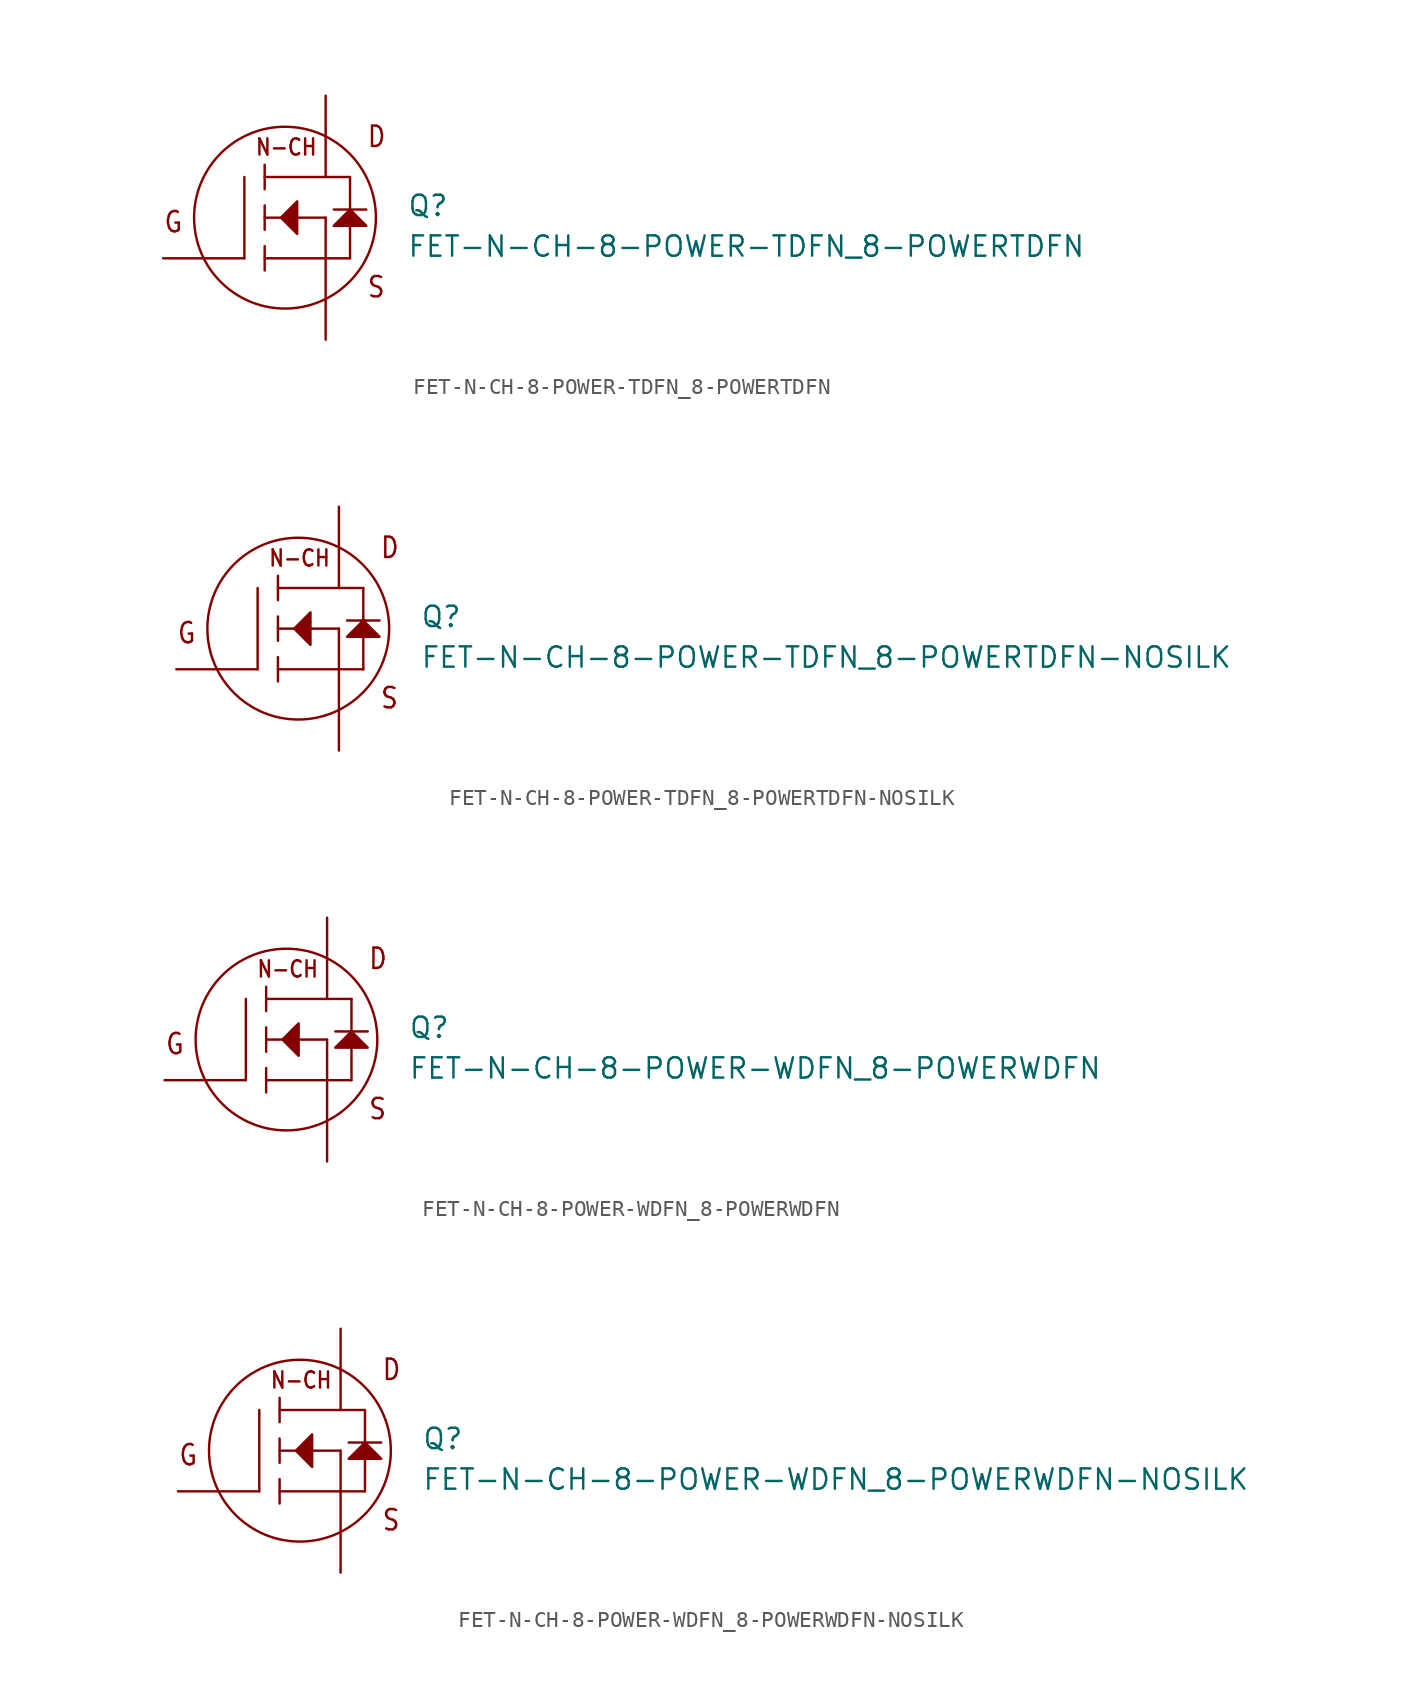
<source format=kicad_sym>
(kicad_symbol_lib
  (version 20211014)
  (generator kicad_symbol_editor)
  (symbol "FET-N-CH-8-POWER-TDFN_8-POWERTDFN"
    (pin_numbers hide)
    (pin_names hide)
    (property "Reference" "Q"
      (at 7.62 0 0)
      (effects (font (size 1.27 1.27)) (justify left bottom)))
    (property "Value" "FET-N-CH-8-POWER-TDFN_8-POWERTDFN"
      (at 7.62 -2.54 0)
      (effects (font (size 1.27 1.27)) (justify left bottom)))
    (property "Datasheet" ""
      (at 0 0 0))
    (property "ki_fp_filters" "FlashPCB_Transistors:8-POWER-TDFN"
      (at 0 0 0))
    (symbol "FET-N-CH-8-POWER-TDFN_8-POWERTDFN_1_1"
      (text "G" (at -7.62 -1.016 0) (effects (font (size 1.27 1.086)) (justify left bottom)))
      (text "D" (at 5.08 4.318 0) (effects (font (size 1.27 1.086)) (justify left bottom)))
      (text "S" (at 5.08 -5.08 0) (effects (font (size 1.27 1.086)) (justify left bottom)))
      (text "N-CH" (at -1.905 3.81 0) (effects (font (size 1.016 0.869)) (justify left bottom)))
      (polyline (pts (xy -0.254 0) (xy 0.762 1.016) (xy 0.762 -1.016) (xy -0.254 0)) (stroke (width 0.152) (type default)) (fill (type outline)))
      (polyline (pts (xy 3.048 -0.508) (xy 5.08 -0.508) (xy 4.064 0.508) (xy 3.048 -0.508)) (stroke (width 0.152) (type default)) (fill (type outline)))
      (polyline (pts (xy -2.54 -2.54) (xy -2.54 2.54)) (stroke (width 0.152)) (fill (type none)))
      (polyline (pts (xy 2.54 -2.54) (xy -1.27 -2.54)) (stroke (width 0.152)) (fill (type none)))
      (polyline (pts (xy 2.54 -2.54) (xy 2.54 0)) (stroke (width 0.152)) (fill (type none)))
      (polyline (pts (xy 2.54 0) (xy -1.27 0)) (stroke (width 0.152)) (fill (type none)))
      (polyline (pts (xy 4.064 2.54) (xy -1.27 2.54)) (stroke (width 0.152)) (fill (type none)))
      (polyline (pts (xy -1.27 3.302) (xy -1.27 1.778)) (stroke (width 0.152)) (fill (type none)))
      (polyline (pts (xy -1.27 0.762) (xy -1.27 -0.762)) (stroke (width 0.152)) (fill (type none)))
      (polyline (pts (xy -1.27 -1.778) (xy -1.27 -3.302)) (stroke (width 0.152)) (fill (type none)))
      (polyline (pts (xy 2.54 -2.54) (xy 4.064 -2.54)) (stroke (width 0.152)) (fill (type none)))
      (polyline (pts (xy 4.064 -2.54) (xy 4.064 2.54)) (stroke (width 0.152)) (fill (type none)))
      (polyline (pts (xy 3.048 0.508) (xy 5.08 0.508)) (stroke (width 0.152)) (fill (type none)))
      (circle (center 0 0) (radius 5.68) (stroke (width 0.152) (type default)) (fill (type none)))
      (pin bidirectional line (at -7.62 -2.54 0) (length 5.08) (name "GATE" (effects (font (size 0 0)))) (number "4" (effects (font (size 0 0)))))
      (pin bidirectional line (at 2.54 -7.62 90) (length 5.08) (name "SOURCE" (effects (font (size 0 0)))) (number "1" (effects (font (size 0 0)))))
      (pin bidirectional line (at 2.54 -7.62 90) (length 5.08) hide (name "SOURCE" (effects (font (size 0 0)))) (number "2" (effects (font (size 0 0)))))
      (pin bidirectional line (at 2.54 -7.62 90) (length 5.08) hide (name "SOURCE" (effects (font (size 0 0)))) (number "3" (effects (font (size 0 0)))))
      (pin bidirectional line (at 2.54 7.62 270) (length 5.08) (name "DRAIN" (effects (font (size 0 0)))) (number "5" (effects (font (size 0 0)))))
      (pin bidirectional line (at 2.54 7.62 270) (length 5.08) hide (name "DRAIN" (effects (font (size 0 0)))) (number "6" (effects (font (size 0 0)))))
      (pin bidirectional line (at 2.54 7.62 270) (length 5.08) hide (name "DRAIN" (effects (font (size 0 0)))) (number "7" (effects (font (size 0 0)))))
      (pin bidirectional line (at 2.54 7.62 270) (length 5.08) hide (name "DRAIN" (effects (font (size 0 0)))) (number "8" (effects (font (size 0 0)))))
      (pin bidirectional line (at 2.54 7.62 270) (length 5.08) hide (name "DRAIN" (effects (font (size 0 0)))) (number "TAB" (effects (font (size 0 0)))))))
  (symbol "FET-N-CH-8-POWER-TDFN_8-POWERTDFN-NOSILK"
    (pin_numbers hide)
    (pin_names hide)
    (property "Reference" "Q"
      (at 7.62 0 0)
      (effects (font (size 1.27 1.27)) (justify left bottom)))
    (property "Value" "FET-N-CH-8-POWER-TDFN_8-POWERTDFN-NOSILK"
      (at 7.62 -2.54 0)
      (effects (font (size 1.27 1.27)) (justify left bottom)))
    (property "Datasheet" ""
      (at 0 0 0))
    (property "ki_fp_filters" "FlashPCB_Transistors:8-POWER-TDFN-NOSILK"
      (at 0 0 0))
    (symbol "FET-N-CH-8-POWER-TDFN_8-POWERTDFN-NOSILK_1_1"
      (text "G" (at -7.62 -1.016 0) (effects (font (size 1.27 1.086)) (justify left bottom)))
      (text "D" (at 5.08 4.318 0) (effects (font (size 1.27 1.086)) (justify left bottom)))
      (text "S" (at 5.08 -5.08 0) (effects (font (size 1.27 1.086)) (justify left bottom)))
      (text "N-CH" (at -1.905 3.81 0) (effects (font (size 1.016 0.869)) (justify left bottom)))
      (polyline (pts (xy -0.254 0) (xy 0.762 1.016) (xy 0.762 -1.016) (xy -0.254 0)) (stroke (width 0.152) (type default)) (fill (type outline)))
      (polyline (pts (xy 3.048 -0.508) (xy 5.08 -0.508) (xy 4.064 0.508) (xy 3.048 -0.508)) (stroke (width 0.152) (type default)) (fill (type outline)))
      (polyline (pts (xy -2.54 -2.54) (xy -2.54 2.54)) (stroke (width 0.152)) (fill (type none)))
      (polyline (pts (xy 2.54 -2.54) (xy -1.27 -2.54)) (stroke (width 0.152)) (fill (type none)))
      (polyline (pts (xy 2.54 -2.54) (xy 2.54 0)) (stroke (width 0.152)) (fill (type none)))
      (polyline (pts (xy 2.54 0) (xy -1.27 0)) (stroke (width 0.152)) (fill (type none)))
      (polyline (pts (xy 4.064 2.54) (xy -1.27 2.54)) (stroke (width 0.152)) (fill (type none)))
      (polyline (pts (xy -1.27 3.302) (xy -1.27 1.778)) (stroke (width 0.152)) (fill (type none)))
      (polyline (pts (xy -1.27 0.762) (xy -1.27 -0.762)) (stroke (width 0.152)) (fill (type none)))
      (polyline (pts (xy -1.27 -1.778) (xy -1.27 -3.302)) (stroke (width 0.152)) (fill (type none)))
      (polyline (pts (xy 2.54 -2.54) (xy 4.064 -2.54)) (stroke (width 0.152)) (fill (type none)))
      (polyline (pts (xy 4.064 -2.54) (xy 4.064 2.54)) (stroke (width 0.152)) (fill (type none)))
      (polyline (pts (xy 3.048 0.508) (xy 5.08 0.508)) (stroke (width 0.152)) (fill (type none)))
      (circle (center 0 0) (radius 5.68) (stroke (width 0.152) (type default)) (fill (type none)))
      (pin bidirectional line (at -7.62 -2.54 0) (length 5.08) (name "GATE" (effects (font (size 0 0)))) (number "4" (effects (font (size 0 0)))))
      (pin bidirectional line (at 2.54 -7.62 90) (length 5.08) (name "SOURCE" (effects (font (size 0 0)))) (number "1" (effects (font (size 0 0)))))
      (pin bidirectional line (at 2.54 -7.62 90) (length 5.08) hide (name "SOURCE" (effects (font (size 0 0)))) (number "2" (effects (font (size 0 0)))))
      (pin bidirectional line (at 2.54 -7.62 90) (length 5.08) hide (name "SOURCE" (effects (font (size 0 0)))) (number "3" (effects (font (size 0 0)))))
      (pin bidirectional line (at 2.54 7.62 270) (length 5.08) (name "DRAIN" (effects (font (size 0 0)))) (number "5" (effects (font (size 0 0)))))
      (pin bidirectional line (at 2.54 7.62 270) (length 5.08) hide (name "DRAIN" (effects (font (size 0 0)))) (number "6" (effects (font (size 0 0)))))
      (pin bidirectional line (at 2.54 7.62 270) (length 5.08) hide (name "DRAIN" (effects (font (size 0 0)))) (number "7" (effects (font (size 0 0)))))
      (pin bidirectional line (at 2.54 7.62 270) (length 5.08) hide (name "DRAIN" (effects (font (size 0 0)))) (number "8" (effects (font (size 0 0)))))
      (pin bidirectional line (at 2.54 7.62 270) (length 5.08) hide (name "DRAIN" (effects (font (size 0 0)))) (number "TAB" (effects (font (size 0 0)))))))
  (symbol "FET-N-CH-8-POWER-WDFN_8-POWERWDFN"
    (pin_numbers hide)
    (pin_names hide)
    (property "Reference" "Q"
      (at 7.62 0 0)
      (effects (font (size 1.27 1.27)) (justify left bottom)))
    (property "Value" "FET-N-CH-8-POWER-WDFN_8-POWERWDFN"
      (at 7.62 -2.54 0)
      (effects (font (size 1.27 1.27)) (justify left bottom)))
    (property "Datasheet" ""
      (at 0 0 0))
    (property "ki_fp_filters" "FlashPCB_Transistors:8-POWER-WDFN"
      (at 0 0 0))
    (symbol "FET-N-CH-8-POWER-WDFN_8-POWERWDFN_1_1"
      (text "G" (at -7.62 -1.016 0) (effects (font (size 1.27 1.086)) (justify left bottom)))
      (text "D" (at 5.08 4.318 0) (effects (font (size 1.27 1.086)) (justify left bottom)))
      (text "S" (at 5.08 -5.08 0) (effects (font (size 1.27 1.086)) (justify left bottom)))
      (text "N-CH" (at -1.905 3.81 0) (effects (font (size 1.016 0.869)) (justify left bottom)))
      (polyline (pts (xy -0.254 0) (xy 0.762 1.016) (xy 0.762 -1.016) (xy -0.254 0)) (stroke (width 0.152) (type default)) (fill (type outline)))
      (polyline (pts (xy 3.048 -0.508) (xy 5.08 -0.508) (xy 4.064 0.508) (xy 3.048 -0.508)) (stroke (width 0.152) (type default)) (fill (type outline)))
      (polyline (pts (xy -2.54 -2.54) (xy -2.54 2.54)) (stroke (width 0.152)) (fill (type none)))
      (polyline (pts (xy 2.54 -2.54) (xy -1.27 -2.54)) (stroke (width 0.152)) (fill (type none)))
      (polyline (pts (xy 2.54 -2.54) (xy 2.54 0)) (stroke (width 0.152)) (fill (type none)))
      (polyline (pts (xy 2.54 0) (xy -1.27 0)) (stroke (width 0.152)) (fill (type none)))
      (polyline (pts (xy 4.064 2.54) (xy -1.27 2.54)) (stroke (width 0.152)) (fill (type none)))
      (polyline (pts (xy -1.27 3.302) (xy -1.27 1.778)) (stroke (width 0.152)) (fill (type none)))
      (polyline (pts (xy -1.27 0.762) (xy -1.27 -0.762)) (stroke (width 0.152)) (fill (type none)))
      (polyline (pts (xy -1.27 -1.778) (xy -1.27 -3.302)) (stroke (width 0.152)) (fill (type none)))
      (polyline (pts (xy 2.54 -2.54) (xy 4.064 -2.54)) (stroke (width 0.152)) (fill (type none)))
      (polyline (pts (xy 4.064 -2.54) (xy 4.064 2.54)) (stroke (width 0.152)) (fill (type none)))
      (polyline (pts (xy 3.048 0.508) (xy 5.08 0.508)) (stroke (width 0.152)) (fill (type none)))
      (circle (center 0 0) (radius 5.68) (stroke (width 0.152) (type default)) (fill (type none)))
      (pin bidirectional line (at -7.62 -2.54 0) (length 5.08) (name "GATE" (effects (font (size 0 0)))) (number "4" (effects (font (size 0 0)))))
      (pin bidirectional line (at 2.54 -7.62 90) (length 5.08) (name "SOURCE" (effects (font (size 0 0)))) (number "1" (effects (font (size 0 0)))))
      (pin bidirectional line (at 2.54 -7.62 90) (length 5.08) hide (name "SOURCE" (effects (font (size 0 0)))) (number "2" (effects (font (size 0 0)))))
      (pin bidirectional line (at 2.54 -7.62 90) (length 5.08) hide (name "SOURCE" (effects (font (size 0 0)))) (number "3" (effects (font (size 0 0)))))
      (pin bidirectional line (at 2.54 7.62 270) (length 5.08) (name "DRAIN" (effects (font (size 0 0)))) (number "5" (effects (font (size 0 0)))))
      (pin bidirectional line (at 2.54 7.62 270) (length 5.08) hide (name "DRAIN" (effects (font (size 0 0)))) (number "6" (effects (font (size 0 0)))))
      (pin bidirectional line (at 2.54 7.62 270) (length 5.08) hide (name "DRAIN" (effects (font (size 0 0)))) (number "7" (effects (font (size 0 0)))))
      (pin bidirectional line (at 2.54 7.62 270) (length 5.08) hide (name "DRAIN" (effects (font (size 0 0)))) (number "8" (effects (font (size 0 0)))))))
  (symbol "FET-N-CH-8-POWER-WDFN_8-POWERWDFN-NOSILK"
    (pin_numbers hide)
    (pin_names hide)
    (property "Reference" "Q"
      (at 7.62 0 0)
      (effects (font (size 1.27 1.27)) (justify left bottom)))
    (property "Value" "FET-N-CH-8-POWER-WDFN_8-POWERWDFN-NOSILK"
      (at 7.62 -2.54 0)
      (effects (font (size 1.27 1.27)) (justify left bottom)))
    (property "Datasheet" ""
      (at 0 0 0))
    (property "ki_fp_filters" "FlashPCB_Transistors:8-POWER-WDFN-NOSILK"
      (at 0 0 0))
    (symbol "FET-N-CH-8-POWER-WDFN_8-POWERWDFN-NOSILK_1_1"
      (text "G" (at -7.62 -1.016 0) (effects (font (size 1.27 1.086)) (justify left bottom)))
      (text "D" (at 5.08 4.318 0) (effects (font (size 1.27 1.086)) (justify left bottom)))
      (text "S" (at 5.08 -5.08 0) (effects (font (size 1.27 1.086)) (justify left bottom)))
      (text "N-CH" (at -1.905 3.81 0) (effects (font (size 1.016 0.869)) (justify left bottom)))
      (polyline (pts (xy -0.254 0) (xy 0.762 1.016) (xy 0.762 -1.016) (xy -0.254 0)) (stroke (width 0.152) (type default)) (fill (type outline)))
      (polyline (pts (xy 3.048 -0.508) (xy 5.08 -0.508) (xy 4.064 0.508) (xy 3.048 -0.508)) (stroke (width 0.152) (type default)) (fill (type outline)))
      (polyline (pts (xy -2.54 -2.54) (xy -2.54 2.54)) (stroke (width 0.152)) (fill (type none)))
      (polyline (pts (xy 2.54 -2.54) (xy -1.27 -2.54)) (stroke (width 0.152)) (fill (type none)))
      (polyline (pts (xy 2.54 -2.54) (xy 2.54 0)) (stroke (width 0.152)) (fill (type none)))
      (polyline (pts (xy 2.54 0) (xy -1.27 0)) (stroke (width 0.152)) (fill (type none)))
      (polyline (pts (xy 4.064 2.54) (xy -1.27 2.54)) (stroke (width 0.152)) (fill (type none)))
      (polyline (pts (xy -1.27 3.302) (xy -1.27 1.778)) (stroke (width 0.152)) (fill (type none)))
      (polyline (pts (xy -1.27 0.762) (xy -1.27 -0.762)) (stroke (width 0.152)) (fill (type none)))
      (polyline (pts (xy -1.27 -1.778) (xy -1.27 -3.302)) (stroke (width 0.152)) (fill (type none)))
      (polyline (pts (xy 2.54 -2.54) (xy 4.064 -2.54)) (stroke (width 0.152)) (fill (type none)))
      (polyline (pts (xy 4.064 -2.54) (xy 4.064 2.54)) (stroke (width 0.152)) (fill (type none)))
      (polyline (pts (xy 3.048 0.508) (xy 5.08 0.508)) (stroke (width 0.152)) (fill (type none)))
      (circle (center 0 0) (radius 5.68) (stroke (width 0.152) (type default)) (fill (type none)))
      (pin bidirectional line (at -7.62 -2.54 0) (length 5.08) (name "GATE" (effects (font (size 0 0)))) (number "4" (effects (font (size 0 0)))))
      (pin bidirectional line (at 2.54 -7.62 90) (length 5.08) (name "SOURCE" (effects (font (size 0 0)))) (number "SOURCE" (effects (font (size 0 0)))))
      (pin bidirectional line (at 2.54 7.62 270) (length 5.08) (name "DRAIN" (effects (font (size 0 0)))) (number "5" (effects (font (size 0 0)))))
      (pin bidirectional line (at 2.54 7.62 270) (length 5.08) hide (name "DRAIN" (effects (font (size 0 0)))) (number "6" (effects (font (size 0 0)))))
      (pin bidirectional line (at 2.54 7.62 270) (length 5.08) hide (name "DRAIN" (effects (font (size 0 0)))) (number "7" (effects (font (size 0 0)))))
      (pin bidirectional line (at 2.54 7.62 270) (length 5.08) hide (name "DRAIN" (effects (font (size 0 0)))) (number "8" (effects (font (size 0 0))))))))
</source>
